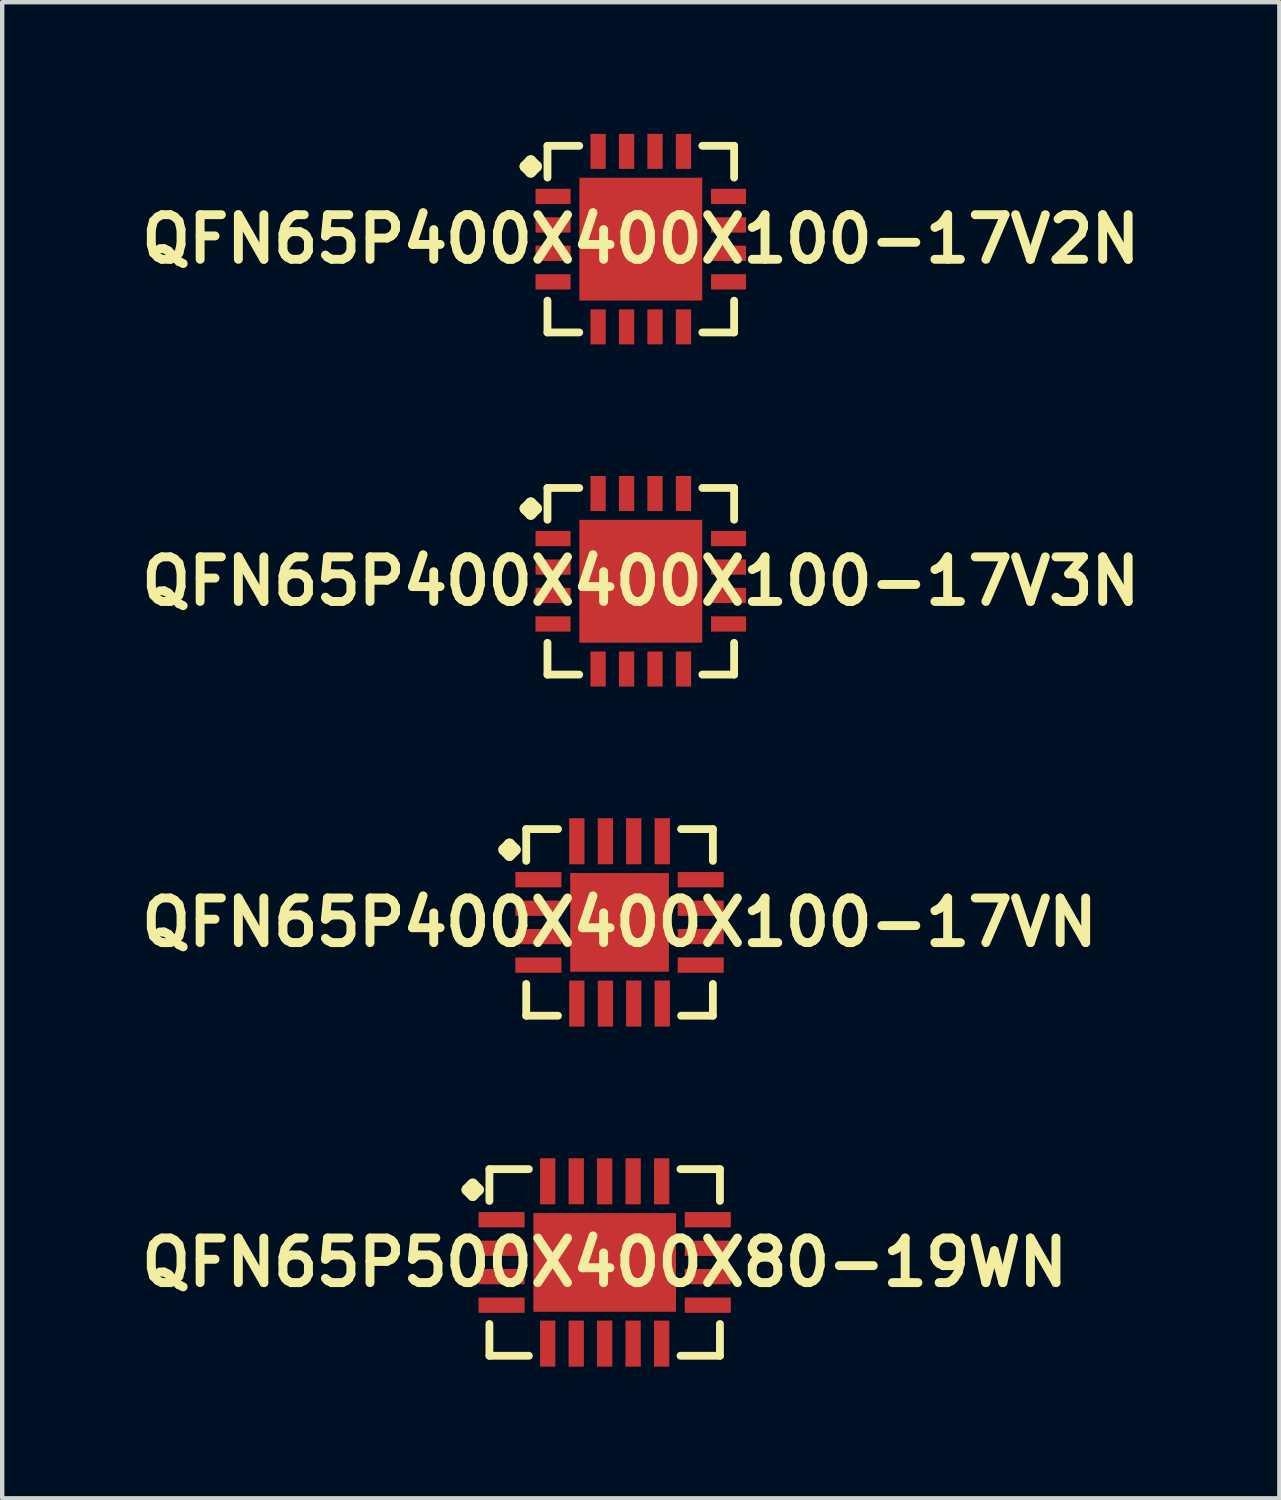
<source format=kicad_pcb>
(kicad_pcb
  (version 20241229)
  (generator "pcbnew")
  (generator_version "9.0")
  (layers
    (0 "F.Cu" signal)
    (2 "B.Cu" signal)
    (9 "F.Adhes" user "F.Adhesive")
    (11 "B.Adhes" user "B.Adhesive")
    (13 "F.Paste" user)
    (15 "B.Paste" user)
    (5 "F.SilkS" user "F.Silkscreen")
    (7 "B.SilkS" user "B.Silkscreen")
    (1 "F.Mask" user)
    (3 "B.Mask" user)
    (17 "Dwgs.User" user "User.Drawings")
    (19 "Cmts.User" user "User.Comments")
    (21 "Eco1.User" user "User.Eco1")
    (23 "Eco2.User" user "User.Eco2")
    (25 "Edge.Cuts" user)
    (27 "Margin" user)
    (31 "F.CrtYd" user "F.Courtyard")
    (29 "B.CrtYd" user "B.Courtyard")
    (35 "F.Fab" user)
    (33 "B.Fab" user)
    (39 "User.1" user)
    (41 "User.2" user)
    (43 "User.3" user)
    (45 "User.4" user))
  (footprint "QFN65P500X400X80-19WN"
    (layer "F.Cu")
    (at 10.726 25.712)
    (property "Reference" "QFN65P500X400X80-19WN" (at 0 0 0) (layer "F.SilkS") (effects (font (size 1.016 1.016) (thickness 0.203))))
    (attr smd)
    (fp_line (start -3.134 -1.656) (end -3.007 -1.783) (stroke (width 0.254) (type solid)) (layer "F.SilkS"))
    (fp_line (start -3.007 -1.783) (end -2.88 -1.656) (stroke (width 0.254) (type solid)) (layer "F.SilkS"))
    (fp_line (start -3.007 -1.529) (end -3.134 -1.656) (stroke (width 0.254) (type solid)) (layer "F.SilkS"))
    (fp_line (start -2.88 -1.656) (end -3.007 -1.529) (stroke (width 0.254) (type solid)) (layer "F.SilkS"))
    (fp_line (start -2.626 -2.126) (end -1.727 -2.126) (stroke (width 0.178) (type solid)) (layer "F.SilkS"))
    (fp_line (start -2.626 -1.402) (end -2.626 -2.126) (stroke (width 0.178) (type solid)) (layer "F.SilkS"))
    (fp_line (start -2.626 1.402) (end -2.626 2.126) (stroke (width 0.178) (type solid)) (layer "F.SilkS"))
    (fp_line (start -2.626 2.126) (end -1.727 2.126) (stroke (width 0.178) (type solid)) (layer "F.SilkS"))
    (fp_line (start 1.727 -2.126) (end 2.626 -2.126) (stroke (width 0.178) (type solid)) (layer "F.SilkS"))
    (fp_line (start 1.727 2.126) (end 2.626 2.126) (stroke (width 0.178) (type solid)) (layer "F.SilkS"))
    (fp_line (start 2.626 -2.126) (end 2.626 -1.402) (stroke (width 0.178) (type solid)) (layer "F.SilkS"))
    (fp_line (start 2.626 2.126) (end 2.626 1.402) (stroke (width 0.178) (type solid)) (layer "F.SilkS"))
    (pad "1" smd rect (at -2.349 -0.973) (size 1.049 0.348) (layers "F.Cu" "F.Mask" "F.Paste"))
    (pad "2" smd rect (at -2.349 -0.323) (size 1.049 0.348) (layers "F.Cu" "F.Mask" "F.Paste"))
    (pad "3" smd rect (at -2.349 0.323) (size 1.049 0.348) (layers "F.Cu" "F.Mask" "F.Paste"))
    (pad "4" smd rect (at -2.349 0.973) (size 1.049 0.348) (layers "F.Cu" "F.Mask" "F.Paste"))
    (pad "5" smd rect (at -1.298 1.849) (size 0.348 1.049) (layers "F.Cu" "F.Mask" "F.Paste"))
    (pad "6" smd rect (at -0.648 1.849) (size 0.348 1.049) (layers "F.Cu" "F.Mask" "F.Paste"))
    (pad "7" smd rect (at 0 1.849) (size 0.348 1.049) (layers "F.Cu" "F.Mask" "F.Paste"))
    (pad "8" smd rect (at 0.648 1.849) (size 0.348 1.049) (layers "F.Cu" "F.Mask" "F.Paste"))
    (pad "9" smd rect (at 1.298 1.849) (size 0.348 1.049) (layers "F.Cu" "F.Mask" "F.Paste"))
    (pad "10" smd rect (at 2.349 0.973) (size 1.049 0.348) (layers "F.Cu" "F.Mask" "F.Paste"))
    (pad "11" smd rect (at 2.349 0.323) (size 1.049 0.348) (layers "F.Cu" "F.Mask" "F.Paste"))
    (pad "12" smd rect (at 2.349 -0.323) (size 1.049 0.348) (layers "F.Cu" "F.Mask" "F.Paste"))
    (pad "13" smd rect (at 2.349 -0.973) (size 1.049 0.348) (layers "F.Cu" "F.Mask" "F.Paste"))
    (pad "14" smd rect (at 1.298 -1.849) (size 0.348 1.049) (layers "F.Cu" "F.Mask" "F.Paste"))
    (pad "15" smd rect (at 0.648 -1.849) (size 0.348 1.049) (layers "F.Cu" "F.Mask" "F.Paste"))
    (pad "16" smd rect (at 0 -1.849) (size 0.348 1.049) (layers "F.Cu" "F.Mask" "F.Paste"))
    (pad "17" smd rect (at -0.648 -1.849) (size 0.348 1.049) (layers "F.Cu" "F.Mask" "F.Paste"))
    (pad "18" smd rect (at -1.298 -1.849) (size 0.348 1.049) (layers "F.Cu" "F.Mask" "F.Paste"))
    (pad "19" smd rect (at 0 0) (size 3.249 2.248) (layers "F.Cu" "F.Mask" "F.Paste")))
  (footprint "QFN65P400X400X100-17V3N"
    (layer "F.Cu")
    (at 11.549 10.193)
    (property "Reference" "QFN65P400X400X100-17V3N" (at 0 0 0) (layer "F.SilkS") (effects (font (size 1.016 1.016) (thickness 0.203))))
    (attr smd)
    (fp_line (start -2.634 -1.656) (end -2.507 -1.783) (stroke (width 0.254) (type solid)) (layer "F.SilkS"))
    (fp_line (start -2.507 -1.783) (end -2.38 -1.656) (stroke (width 0.254) (type solid)) (layer "F.SilkS"))
    (fp_line (start -2.507 -1.529) (end -2.634 -1.656) (stroke (width 0.254) (type solid)) (layer "F.SilkS"))
    (fp_line (start -2.38 -1.656) (end -2.507 -1.529) (stroke (width 0.254) (type solid)) (layer "F.SilkS"))
    (fp_line (start -2.126 -2.126) (end -1.402 -2.126) (stroke (width 0.178) (type solid)) (layer "F.SilkS"))
    (fp_line (start -2.126 -1.402) (end -2.126 -2.126) (stroke (width 0.178) (type solid)) (layer "F.SilkS"))
    (fp_line (start -2.126 1.402) (end -2.126 2.126) (stroke (width 0.178) (type solid)) (layer "F.SilkS"))
    (fp_line (start -2.126 2.126) (end -1.402 2.126) (stroke (width 0.178) (type solid)) (layer "F.SilkS"))
    (fp_line (start 1.402 -2.126) (end 2.126 -2.126) (stroke (width 0.178) (type solid)) (layer "F.SilkS"))
    (fp_line (start 1.402 2.126) (end 2.126 2.126) (stroke (width 0.178) (type solid)) (layer "F.SilkS"))
    (fp_line (start 2.126 -2.126) (end 2.126 -1.402) (stroke (width 0.178) (type solid)) (layer "F.SilkS"))
    (fp_line (start 2.126 2.126) (end 2.126 1.402) (stroke (width 0.178) (type solid)) (layer "F.SilkS"))
    (pad "1" smd rect (at -1.999 -0.973) (size 0.798 0.348) (layers "F.Cu" "F.Mask" "F.Paste"))
    (pad "2" smd rect (at -1.999 -0.323) (size 0.798 0.348) (layers "F.Cu" "F.Mask" "F.Paste"))
    (pad "3" smd rect (at -1.999 0.323) (size 0.798 0.348) (layers "F.Cu" "F.Mask" "F.Paste"))
    (pad "4" smd rect (at -1.999 0.973) (size 0.798 0.348) (layers "F.Cu" "F.Mask" "F.Paste"))
    (pad "5" smd rect (at -0.973 1.999) (size 0.348 0.798) (layers "F.Cu" "F.Mask" "F.Paste"))
    (pad "6" smd rect (at -0.323 1.999) (size 0.348 0.798) (layers "F.Cu" "F.Mask" "F.Paste"))
    (pad "7" smd rect (at 0.323 1.999) (size 0.348 0.798) (layers "F.Cu" "F.Mask" "F.Paste"))
    (pad "8" smd rect (at 0.973 1.999) (size 0.348 0.798) (layers "F.Cu" "F.Mask" "F.Paste"))
    (pad "9" smd rect (at 1.999 0.973) (size 0.798 0.348) (layers "F.Cu" "F.Mask" "F.Paste"))
    (pad "10" smd rect (at 1.999 0.323) (size 0.798 0.348) (layers "F.Cu" "F.Mask" "F.Paste"))
    (pad "11" smd rect (at 1.999 -0.323) (size 0.798 0.348) (layers "F.Cu" "F.Mask" "F.Paste"))
    (pad "12" smd rect (at 1.999 -0.973) (size 0.798 0.348) (layers "F.Cu" "F.Mask" "F.Paste"))
    (pad "13" smd rect (at 0.973 -1.999) (size 0.348 0.798) (layers "F.Cu" "F.Mask" "F.Paste"))
    (pad "14" smd rect (at 0.323 -1.999) (size 0.348 0.798) (layers "F.Cu" "F.Mask" "F.Paste"))
    (pad "15" smd rect (at -0.323 -1.999) (size 0.348 0.798) (layers "F.Cu" "F.Mask" "F.Paste"))
    (pad "16" smd rect (at -0.973 -1.999) (size 0.348 0.798) (layers "F.Cu" "F.Mask" "F.Paste"))
    (pad "17" smd rect (at 0 0) (size 2.799 2.799) (layers "F.Cu" "F.Mask" "F.Paste")))
  (footprint "QFN65P400X400X100-17VN"
    (layer "F.Cu")
    (at 11.065 17.965)
    (property "Reference" "QFN65P400X400X100-17VN" (at 0 0 0) (layer "F.SilkS") (effects (font (size 1.016 1.016) (thickness 0.203))))
    (attr smd)
    (fp_line (start -2.634 -1.656) (end -2.507 -1.783) (stroke (width 0.254) (type solid)) (layer "F.SilkS"))
    (fp_line (start -2.507 -1.783) (end -2.38 -1.656) (stroke (width 0.254) (type solid)) (layer "F.SilkS"))
    (fp_line (start -2.507 -1.529) (end -2.634 -1.656) (stroke (width 0.254) (type solid)) (layer "F.SilkS"))
    (fp_line (start -2.38 -1.656) (end -2.507 -1.529) (stroke (width 0.254) (type solid)) (layer "F.SilkS"))
    (fp_line (start -2.126 -2.126) (end -1.402 -2.126) (stroke (width 0.178) (type solid)) (layer "F.SilkS"))
    (fp_line (start -2.126 -1.402) (end -2.126 -2.126) (stroke (width 0.178) (type solid)) (layer "F.SilkS"))
    (fp_line (start -2.126 1.402) (end -2.126 2.126) (stroke (width 0.178) (type solid)) (layer "F.SilkS"))
    (fp_line (start -2.126 2.126) (end -1.402 2.126) (stroke (width 0.178) (type solid)) (layer "F.SilkS"))
    (fp_line (start 1.402 -2.126) (end 2.126 -2.126) (stroke (width 0.178) (type solid)) (layer "F.SilkS"))
    (fp_line (start 1.402 2.126) (end 2.126 2.126) (stroke (width 0.178) (type solid)) (layer "F.SilkS"))
    (fp_line (start 2.126 -2.126) (end 2.126 -1.402) (stroke (width 0.178) (type solid)) (layer "F.SilkS"))
    (fp_line (start 2.126 2.126) (end 2.126 1.402) (stroke (width 0.178) (type solid)) (layer "F.SilkS"))
    (pad "1" smd rect (at -1.849 -0.973) (size 1.049 0.348) (layers "F.Cu" "F.Mask" "F.Paste"))
    (pad "2" smd rect (at -1.849 -0.323) (size 1.049 0.348) (layers "F.Cu" "F.Mask" "F.Paste"))
    (pad "3" smd rect (at -1.849 0.323) (size 1.049 0.348) (layers "F.Cu" "F.Mask" "F.Paste"))
    (pad "4" smd rect (at -1.849 0.973) (size 1.049 0.348) (layers "F.Cu" "F.Mask" "F.Paste"))
    (pad "5" smd rect (at -0.973 1.849) (size 0.348 1.049) (layers "F.Cu" "F.Mask" "F.Paste"))
    (pad "6" smd rect (at -0.323 1.849) (size 0.348 1.049) (layers "F.Cu" "F.Mask" "F.Paste"))
    (pad "7" smd rect (at 0.323 1.849) (size 0.348 1.049) (layers "F.Cu" "F.Mask" "F.Paste"))
    (pad "8" smd rect (at 0.973 1.849) (size 0.348 1.049) (layers "F.Cu" "F.Mask" "F.Paste"))
    (pad "9" smd rect (at 1.849 0.973) (size 1.049 0.348) (layers "F.Cu" "F.Mask" "F.Paste"))
    (pad "10" smd rect (at 1.849 0.323) (size 1.049 0.348) (layers "F.Cu" "F.Mask" "F.Paste"))
    (pad "11" smd rect (at 1.849 -0.323) (size 1.049 0.348) (layers "F.Cu" "F.Mask" "F.Paste"))
    (pad "12" smd rect (at 1.849 -0.973) (size 1.049 0.348) (layers "F.Cu" "F.Mask" "F.Paste"))
    (pad "13" smd rect (at 0.973 -1.849) (size 0.348 1.049) (layers "F.Cu" "F.Mask" "F.Paste"))
    (pad "14" smd rect (at 0.323 -1.849) (size 0.348 1.049) (layers "F.Cu" "F.Mask" "F.Paste"))
    (pad "15" smd rect (at -0.323 -1.849) (size 0.348 1.049) (layers "F.Cu" "F.Mask" "F.Paste"))
    (pad "16" smd rect (at -0.973 -1.849) (size 0.348 1.049) (layers "F.Cu" "F.Mask" "F.Paste"))
    (pad "17" smd rect (at 0 0) (size 2.248 2.248) (layers "F.Cu" "F.Mask" "F.Paste")))
  (footprint "QFN65P400X400X100-17V2N"
    (layer "F.Cu")
    (at 11.549 2.398)
    (property "Reference" "QFN65P400X400X100-17V2N" (at 0 0 0) (layer "F.SilkS") (effects (font (size 1.016 1.016) (thickness 0.203))))
    (attr smd)
    (fp_line (start -2.634 -1.656) (end -2.507 -1.783) (stroke (width 0.254) (type solid)) (layer "F.SilkS"))
    (fp_line (start -2.507 -1.783) (end -2.38 -1.656) (stroke (width 0.254) (type solid)) (layer "F.SilkS"))
    (fp_line (start -2.507 -1.529) (end -2.634 -1.656) (stroke (width 0.254) (type solid)) (layer "F.SilkS"))
    (fp_line (start -2.38 -1.656) (end -2.507 -1.529) (stroke (width 0.254) (type solid)) (layer "F.SilkS"))
    (fp_line (start -2.126 -2.126) (end -1.402 -2.126) (stroke (width 0.178) (type solid)) (layer "F.SilkS"))
    (fp_line (start -2.126 -1.402) (end -2.126 -2.126) (stroke (width 0.178) (type solid)) (layer "F.SilkS"))
    (fp_line (start -2.126 1.402) (end -2.126 2.126) (stroke (width 0.178) (type solid)) (layer "F.SilkS"))
    (fp_line (start -2.126 2.126) (end -1.402 2.126) (stroke (width 0.178) (type solid)) (layer "F.SilkS"))
    (fp_line (start 1.402 -2.126) (end 2.126 -2.126) (stroke (width 0.178) (type solid)) (layer "F.SilkS"))
    (fp_line (start 1.402 2.126) (end 2.126 2.126) (stroke (width 0.178) (type solid)) (layer "F.SilkS"))
    (fp_line (start 2.126 -2.126) (end 2.126 -1.402) (stroke (width 0.178) (type solid)) (layer "F.SilkS"))
    (fp_line (start 2.126 2.126) (end 2.126 1.402) (stroke (width 0.178) (type solid)) (layer "F.SilkS"))
    (pad "1" smd rect (at -1.999 -0.973) (size 0.798 0.348) (layers "F.Cu" "F.Mask" "F.Paste"))
    (pad "2" smd rect (at -1.999 -0.323) (size 0.798 0.348) (layers "F.Cu" "F.Mask" "F.Paste"))
    (pad "3" smd rect (at -1.999 0.323) (size 0.798 0.348) (layers "F.Cu" "F.Mask" "F.Paste"))
    (pad "4" smd rect (at -1.999 0.973) (size 0.798 0.348) (layers "F.Cu" "F.Mask" "F.Paste"))
    (pad "5" smd rect (at -0.973 1.999) (size 0.348 0.798) (layers "F.Cu" "F.Mask" "F.Paste"))
    (pad "6" smd rect (at -0.323 1.999) (size 0.348 0.798) (layers "F.Cu" "F.Mask" "F.Paste"))
    (pad "7" smd rect (at 0.323 1.999) (size 0.348 0.798) (layers "F.Cu" "F.Mask" "F.Paste"))
    (pad "8" smd rect (at 0.973 1.999) (size 0.348 0.798) (layers "F.Cu" "F.Mask" "F.Paste"))
    (pad "9" smd rect (at 1.999 0.973) (size 0.798 0.348) (layers "F.Cu" "F.Mask" "F.Paste"))
    (pad "10" smd rect (at 1.999 0.323) (size 0.798 0.348) (layers "F.Cu" "F.Mask" "F.Paste"))
    (pad "11" smd rect (at 1.999 -0.323) (size 0.798 0.348) (layers "F.Cu" "F.Mask" "F.Paste"))
    (pad "12" smd rect (at 1.999 -0.973) (size 0.798 0.348) (layers "F.Cu" "F.Mask" "F.Paste"))
    (pad "13" smd rect (at 0.973 -1.999) (size 0.348 0.798) (layers "F.Cu" "F.Mask" "F.Paste"))
    (pad "14" smd rect (at 0.323 -1.999) (size 0.348 0.798) (layers "F.Cu" "F.Mask" "F.Paste"))
    (pad "15" smd rect (at -0.323 -1.999) (size 0.348 0.798) (layers "F.Cu" "F.Mask" "F.Paste"))
    (pad "16" smd rect (at -0.973 -1.999) (size 0.348 0.798) (layers "F.Cu" "F.Mask" "F.Paste"))
    (pad "17" smd rect (at 0 0) (size 2.799 2.799) (layers "F.Cu" "F.Mask" "F.Paste")))
  (gr_rect
    (start -3 -3)
    (end 26.097 31.086)
    (stroke (width 0.1) (type default))
    (fill no)
    (layer "Edge.Cuts")))
</source>
